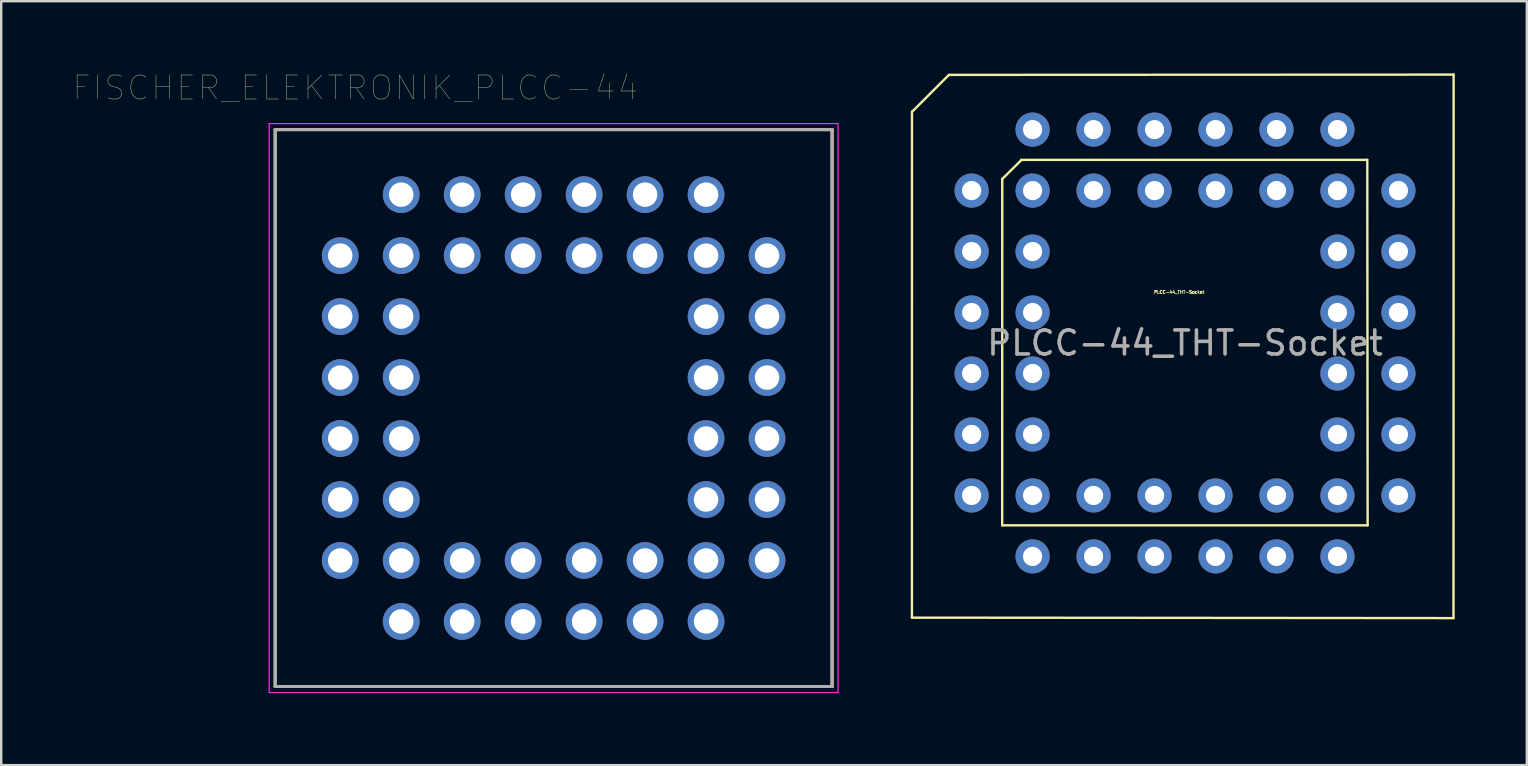
<source format=kicad_pcb>
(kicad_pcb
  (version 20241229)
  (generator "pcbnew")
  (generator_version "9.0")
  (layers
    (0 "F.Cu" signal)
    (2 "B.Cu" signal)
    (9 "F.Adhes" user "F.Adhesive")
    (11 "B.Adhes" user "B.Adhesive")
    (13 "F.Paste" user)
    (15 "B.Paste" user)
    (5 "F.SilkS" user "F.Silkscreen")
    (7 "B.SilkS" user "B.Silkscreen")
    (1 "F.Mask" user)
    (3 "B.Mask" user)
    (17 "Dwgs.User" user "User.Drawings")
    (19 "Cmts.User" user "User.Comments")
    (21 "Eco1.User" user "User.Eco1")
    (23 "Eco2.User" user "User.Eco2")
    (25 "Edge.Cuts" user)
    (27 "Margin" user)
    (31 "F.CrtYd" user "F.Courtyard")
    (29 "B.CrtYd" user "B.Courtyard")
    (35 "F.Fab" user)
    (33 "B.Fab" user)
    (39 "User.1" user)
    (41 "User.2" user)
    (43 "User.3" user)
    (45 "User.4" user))
  (footprint "FISCHER_ELEKTRONIK_PLCC-44"
    (layer "F.Cu")
    (at 20.013 13.948)
    (property "Reference" "FISCHER_ELEKTRONIK_PLCC-44" (at -8.256 -13.336 0) (layer "F.SilkS") (effects (font (size 1 1) (thickness 0.015))))
    (attr through_hole)
    (fp_line (start -11.6 -11.6) (end 11.6 -11.6) (stroke (width 0.127) (type solid)) (layer "F.SilkS"))
    (fp_line (start -11.6 11.6) (end -11.6 -11.6) (stroke (width 0.127) (type solid)) (layer "F.SilkS"))
    (fp_line (start 11.6 -11.6) (end 11.6 11.6) (stroke (width 0.127) (type solid)) (layer "F.SilkS"))
    (fp_line (start 11.6 11.6) (end -11.6 11.6) (stroke (width 0.127) (type solid)) (layer "F.SilkS"))
    (fp_line (start -11.85 -11.85) (end -11.85 11.85) (stroke (width 0.05) (type solid)) (layer "F.CrtYd"))
    (fp_line (start -11.85 11.85) (end 11.85 11.85) (stroke (width 0.05) (type solid)) (layer "F.CrtYd"))
    (fp_line (start 11.85 -11.85) (end -11.85 -11.85) (stroke (width 0.05) (type solid)) (layer "F.CrtYd"))
    (fp_line (start 11.85 11.85) (end 11.85 -11.85) (stroke (width 0.05) (type solid)) (layer "F.CrtYd"))
    (fp_line (start -11.6 -11.6) (end 11.6 -11.6) (stroke (width 0.127) (type solid)) (layer "F.Fab"))
    (fp_line (start -11.6 11.6) (end -11.6 -11.6) (stroke (width 0.127) (type solid)) (layer "F.Fab"))
    (fp_line (start 11.6 -11.6) (end 11.6 11.6) (stroke (width 0.127) (type solid)) (layer "F.Fab"))
    (fp_line (start 11.6 11.6) (end -11.6 11.6) (stroke (width 0.127) (type solid)) (layer "F.Fab"))
    (pad "1" thru_hole circle (at 1.27 -6.35) (size 1.53 1.53) (drill 1.02) (layers "*.Cu" "*.Mask"))
    (pad "2" thru_hole circle (at -1.27 -8.89) (size 1.53 1.53) (drill 1.02) (layers "*.Cu" "*.Mask"))
    (pad "3" thru_hole circle (at -1.27 -6.35) (size 1.53 1.53) (drill 1.02) (layers "*.Cu" "*.Mask"))
    (pad "4" thru_hole circle (at -3.81 -8.89) (size 1.53 1.53) (drill 1.02) (layers "*.Cu" "*.Mask"))
    (pad "5" thru_hole circle (at -3.81 -6.35) (size 1.53 1.53) (drill 1.02) (layers "*.Cu" "*.Mask"))
    (pad "6" thru_hole circle (at -6.35 -8.89) (size 1.53 1.53) (drill 1.02) (layers "*.Cu" "*.Mask"))
    (pad "7" thru_hole circle (at -8.89 -6.35) (size 1.53 1.53) (drill 1.02) (layers "*.Cu" "*.Mask"))
    (pad "8" thru_hole circle (at -6.35 -6.35) (size 1.53 1.53) (drill 1.02) (layers "*.Cu" "*.Mask"))
    (pad "9" thru_hole circle (at -8.89 -3.81) (size 1.53 1.53) (drill 1.02) (layers "*.Cu" "*.Mask"))
    (pad "10" thru_hole circle (at -6.35 -3.81) (size 1.53 1.53) (drill 1.02) (layers "*.Cu" "*.Mask"))
    (pad "11" thru_hole circle (at -8.89 -1.27) (size 1.53 1.53) (drill 1.02) (layers "*.Cu" "*.Mask"))
    (pad "12" thru_hole circle (at -6.35 -1.27) (size 1.53 1.53) (drill 1.02) (layers "*.Cu" "*.Mask"))
    (pad "13" thru_hole circle (at -8.89 1.27) (size 1.53 1.53) (drill 1.02) (layers "*.Cu" "*.Mask"))
    (pad "14" thru_hole circle (at -6.35 1.27) (size 1.53 1.53) (drill 1.02) (layers "*.Cu" "*.Mask"))
    (pad "15" thru_hole circle (at -8.89 3.81) (size 1.53 1.53) (drill 1.02) (layers "*.Cu" "*.Mask"))
    (pad "16" thru_hole circle (at -6.35 3.81) (size 1.53 1.53) (drill 1.02) (layers "*.Cu" "*.Mask"))
    (pad "17" thru_hole circle (at -8.89 6.35) (size 1.53 1.53) (drill 1.02) (layers "*.Cu" "*.Mask"))
    (pad "18" thru_hole circle (at -6.35 8.89) (size 1.53 1.53) (drill 1.02) (layers "*.Cu" "*.Mask"))
    (pad "19" thru_hole circle (at -6.35 6.35) (size 1.53 1.53) (drill 1.02) (layers "*.Cu" "*.Mask"))
    (pad "20" thru_hole circle (at -3.81 8.89) (size 1.53 1.53) (drill 1.02) (layers "*.Cu" "*.Mask"))
    (pad "21" thru_hole circle (at -3.81 6.35) (size 1.53 1.53) (drill 1.02) (layers "*.Cu" "*.Mask"))
    (pad "22" thru_hole circle (at -1.27 8.89) (size 1.53 1.53) (drill 1.02) (layers "*.Cu" "*.Mask"))
    (pad "23" thru_hole circle (at -1.27 6.35) (size 1.53 1.53) (drill 1.02) (layers "*.Cu" "*.Mask"))
    (pad "24" thru_hole circle (at 1.27 8.89) (size 1.53 1.53) (drill 1.02) (layers "*.Cu" "*.Mask"))
    (pad "25" thru_hole circle (at 1.27 6.35) (size 1.53 1.53) (drill 1.02) (layers "*.Cu" "*.Mask"))
    (pad "26" thru_hole circle (at 3.81 8.89) (size 1.53 1.53) (drill 1.02) (layers "*.Cu" "*.Mask"))
    (pad "27" thru_hole circle (at 3.81 6.35) (size 1.53 1.53) (drill 1.02) (layers "*.Cu" "*.Mask"))
    (pad "28" thru_hole circle (at 6.35 8.89) (size 1.53 1.53) (drill 1.02) (layers "*.Cu" "*.Mask"))
    (pad "29" thru_hole circle (at 8.89 6.35) (size 1.53 1.53) (drill 1.02) (layers "*.Cu" "*.Mask"))
    (pad "30" thru_hole circle (at 6.35 6.35) (size 1.53 1.53) (drill 1.02) (layers "*.Cu" "*.Mask"))
    (pad "31" thru_hole circle (at 8.89 3.81) (size 1.53 1.53) (drill 1.02) (layers "*.Cu" "*.Mask"))
    (pad "32" thru_hole circle (at 6.35 3.81) (size 1.53 1.53) (drill 1.02) (layers "*.Cu" "*.Mask"))
    (pad "33" thru_hole circle (at 8.89 1.27) (size 1.53 1.53) (drill 1.02) (layers "*.Cu" "*.Mask"))
    (pad "34" thru_hole circle (at 6.35 1.27) (size 1.53 1.53) (drill 1.02) (layers "*.Cu" "*.Mask"))
    (pad "35" thru_hole circle (at 8.89 -1.27) (size 1.53 1.53) (drill 1.02) (layers "*.Cu" "*.Mask"))
    (pad "36" thru_hole circle (at 6.35 -1.27) (size 1.53 1.53) (drill 1.02) (layers "*.Cu" "*.Mask"))
    (pad "37" thru_hole circle (at 8.89 -3.81) (size 1.53 1.53) (drill 1.02) (layers "*.Cu" "*.Mask"))
    (pad "38" thru_hole circle (at 6.35 -3.81) (size 1.53 1.53) (drill 1.02) (layers "*.Cu" "*.Mask"))
    (pad "39" thru_hole circle (at 8.89 -6.35) (size 1.53 1.53) (drill 1.02) (layers "*.Cu" "*.Mask"))
    (pad "40" thru_hole circle (at 6.35 -8.89) (size 1.53 1.53) (drill 1.02) (layers "*.Cu" "*.Mask"))
    (pad "41" thru_hole circle (at 6.35 -6.35) (size 1.53 1.53) (drill 1.02) (layers "*.Cu" "*.Mask"))
    (pad "42" thru_hole circle (at 3.81 -8.89) (size 1.53 1.53) (drill 1.02) (layers "*.Cu" "*.Mask"))
    (pad "43" thru_hole circle (at 3.81 -6.35) (size 1.53 1.53) (drill 1.02) (layers "*.Cu" "*.Mask"))
    (pad "44" thru_hole circle (at 1.27 -8.89) (size 1.53 1.53) (drill 1.02) (layers "*.Cu" "*.Mask")))
  (footprint "PLCC-44_THT-Socket"
    (layer "F.Cu")
    (at 47.585 4.889)
    (property "Reference" "PLCC-44_THT-Socket" (at -1.517 4.229 0) (layer "F.SilkS") (effects (font (size 0.127 0.127) (thickness 0.032))))
    (attr through_hole)
    (fp_line (start -12.647 17.79) (end -12.644 -3.288) (stroke (width 0.1) (type solid)) (layer "F.SilkS"))
    (fp_line (start -12.642 -3.282) (end -11.103 -4.822) (stroke (width 0.1) (type solid)) (layer "F.SilkS"))
    (fp_line (start -11.09 -4.82) (end 9.919 -4.831) (stroke (width 0.1) (type solid)) (layer "F.SilkS"))
    (fp_line (start -8.887 -0.48) (end -8.087 -1.273) (stroke (width 0.1) (type solid)) (layer "F.SilkS"))
    (fp_line (start -8.887 13.945) (end -8.884 -0.499) (stroke (width 0.1) (type solid)) (layer "F.SilkS"))
    (fp_line (start -8.095 -1.28) (end 6.322 -1.28) (stroke (width 0.1) (type solid)) (layer "F.SilkS"))
    (fp_line (start 6.322 -1.28) (end 6.337 13.945) (stroke (width 0.1) (type solid)) (layer "F.SilkS"))
    (fp_line (start 6.337 13.945) (end -8.887 13.945) (stroke (width 0.1) (type solid)) (layer "F.SilkS"))
    (fp_line (start 9.914 17.81) (end -12.642 17.79) (stroke (width 0.1) (type solid)) (layer "F.SilkS"))
    (fp_line (start 9.919 -4.839) (end 9.914 17.81) (stroke (width 0.1) (type solid)) (layer "F.SilkS"))
    (fp_text user "${REFERENCE}" (at -1.27 6.35 0) (layer "F.Fab") (effects (font (size 1 1) (thickness 0.15))))
    (pad "1" thru_hole circle (at 0 0) (size 1.422 1.422) (drill 0.8) (layers "*.Cu" "*.Mask"))
    (pad "2" thru_hole circle (at -2.54 -2.54) (size 1.422 1.422) (drill 0.8) (layers "*.Cu" "*.Mask"))
    (pad "3" thru_hole circle (at -2.54 0) (size 1.422 1.422) (drill 0.8) (layers "*.Cu" "*.Mask"))
    (pad "4" thru_hole circle (at -5.08 -2.54) (size 1.422 1.422) (drill 0.8) (layers "*.Cu" "*.Mask"))
    (pad "5" thru_hole circle (at -5.08 0) (size 1.422 1.422) (drill 0.8) (layers "*.Cu" "*.Mask"))
    (pad "6" thru_hole circle (at -7.62 -2.54) (size 1.422 1.422) (drill 0.8) (layers "*.Cu" "*.Mask"))
    (pad "7" thru_hole circle (at -10.16 0) (size 1.422 1.422) (drill 0.8) (layers "*.Cu" "*.Mask"))
    (pad "8" thru_hole circle (at -7.62 0) (size 1.422 1.422) (drill 0.8) (layers "*.Cu" "*.Mask"))
    (pad "9" thru_hole circle (at -10.16 2.54) (size 1.422 1.422) (drill 0.8) (layers "*.Cu" "*.Mask"))
    (pad "10" thru_hole circle (at -7.62 2.54) (size 1.422 1.422) (drill 0.8) (layers "*.Cu" "*.Mask"))
    (pad "11" thru_hole circle (at -10.16 5.08) (size 1.422 1.422) (drill 0.8) (layers "*.Cu" "*.Mask"))
    (pad "12" thru_hole circle (at -7.62 5.08) (size 1.422 1.422) (drill 0.8) (layers "*.Cu" "*.Mask"))
    (pad "13" thru_hole circle (at -10.16 7.62) (size 1.422 1.422) (drill 0.8) (layers "*.Cu" "*.Mask"))
    (pad "14" thru_hole circle (at -7.62 7.62) (size 1.422 1.422) (drill 0.8) (layers "*.Cu" "*.Mask"))
    (pad "15" thru_hole circle (at -10.16 10.16) (size 1.422 1.422) (drill 0.8) (layers "*.Cu" "*.Mask"))
    (pad "16" thru_hole circle (at -7.62 10.16) (size 1.422 1.422) (drill 0.8) (layers "*.Cu" "*.Mask"))
    (pad "17" thru_hole circle (at -10.16 12.7) (size 1.422 1.422) (drill 0.8) (layers "*.Cu" "*.Mask"))
    (pad "18" thru_hole circle (at -7.62 15.24) (size 1.422 1.422) (drill 0.8) (layers "*.Cu" "*.Mask"))
    (pad "19" thru_hole circle (at -7.62 12.7) (size 1.422 1.422) (drill 0.8) (layers "*.Cu" "*.Mask"))
    (pad "20" thru_hole circle (at -5.08 15.24) (size 1.422 1.422) (drill 0.8) (layers "*.Cu" "*.Mask"))
    (pad "21" thru_hole circle (at -5.08 12.7) (size 1.422 1.422) (drill 0.8) (layers "*.Cu" "*.Mask"))
    (pad "22" thru_hole circle (at -2.54 15.24) (size 1.422 1.422) (drill 0.8) (layers "*.Cu" "*.Mask"))
    (pad "23" thru_hole circle (at -2.54 12.7) (size 1.422 1.422) (drill 0.8) (layers "*.Cu" "*.Mask"))
    (pad "24" thru_hole circle (at 0 15.24) (size 1.422 1.422) (drill 0.8) (layers "*.Cu" "*.Mask"))
    (pad "25" thru_hole circle (at 0 12.7) (size 1.422 1.422) (drill 0.8) (layers "*.Cu" "*.Mask"))
    (pad "26" thru_hole circle (at 2.54 15.24) (size 1.422 1.422) (drill 0.8) (layers "*.Cu" "*.Mask"))
    (pad "27" thru_hole circle (at 2.54 12.7) (size 1.422 1.422) (drill 0.8) (layers "*.Cu" "*.Mask"))
    (pad "28" thru_hole circle (at 5.08 15.24) (size 1.422 1.422) (drill 0.8) (layers "*.Cu" "*.Mask"))
    (pad "29" thru_hole circle (at 7.62 12.7) (size 1.422 1.422) (drill 0.8) (layers "*.Cu" "*.Mask"))
    (pad "30" thru_hole circle (at 5.08 12.7) (size 1.422 1.422) (drill 0.8) (layers "*.Cu" "*.Mask"))
    (pad "31" thru_hole circle (at 7.62 10.16) (size 1.422 1.422) (drill 0.8) (layers "*.Cu" "*.Mask"))
    (pad "32" thru_hole circle (at 5.08 10.16) (size 1.422 1.422) (drill 0.8) (layers "*.Cu" "*.Mask"))
    (pad "33" thru_hole circle (at 7.62 7.62) (size 1.422 1.422) (drill 0.8) (layers "*.Cu" "*.Mask"))
    (pad "34" thru_hole circle (at 5.08 7.62) (size 1.422 1.422) (drill 0.8) (layers "*.Cu" "*.Mask"))
    (pad "35" thru_hole circle (at 7.62 5.08) (size 1.422 1.422) (drill 0.8) (layers "*.Cu" "*.Mask"))
    (pad "36" thru_hole circle (at 5.08 5.08) (size 1.422 1.422) (drill 0.8) (layers "*.Cu" "*.Mask"))
    (pad "37" thru_hole circle (at 7.62 2.54) (size 1.422 1.422) (drill 0.8) (layers "*.Cu" "*.Mask"))
    (pad "38" thru_hole circle (at 5.08 2.54) (size 1.422 1.422) (drill 0.8) (layers "*.Cu" "*.Mask"))
    (pad "39" thru_hole circle (at 7.62 0) (size 1.422 1.422) (drill 0.8) (layers "*.Cu" "*.Mask"))
    (pad "40" thru_hole circle (at 5.08 -2.54) (size 1.422 1.422) (drill 0.8) (layers "*.Cu" "*.Mask"))
    (pad "41" thru_hole circle (at 5.08 0) (size 1.422 1.422) (drill 0.8) (layers "*.Cu" "*.Mask"))
    (pad "42" thru_hole circle (at 2.54 -2.54) (size 1.422 1.422) (drill 0.8) (layers "*.Cu" "*.Mask"))
    (pad "43" thru_hole circle (at 2.54 0) (size 1.422 1.422) (drill 0.8) (layers "*.Cu" "*.Mask"))
    (pad "44" thru_hole circle (at 0 -2.54) (size 1.422 1.422) (drill 0.8) (layers "*.Cu" "*.Mask")))
  (gr_rect
    (start -3 -3)
    (end 60.554 28.823)
    (stroke (width 0.1) (type default))
    (fill no)
    (layer "Edge.Cuts")))
</source>
